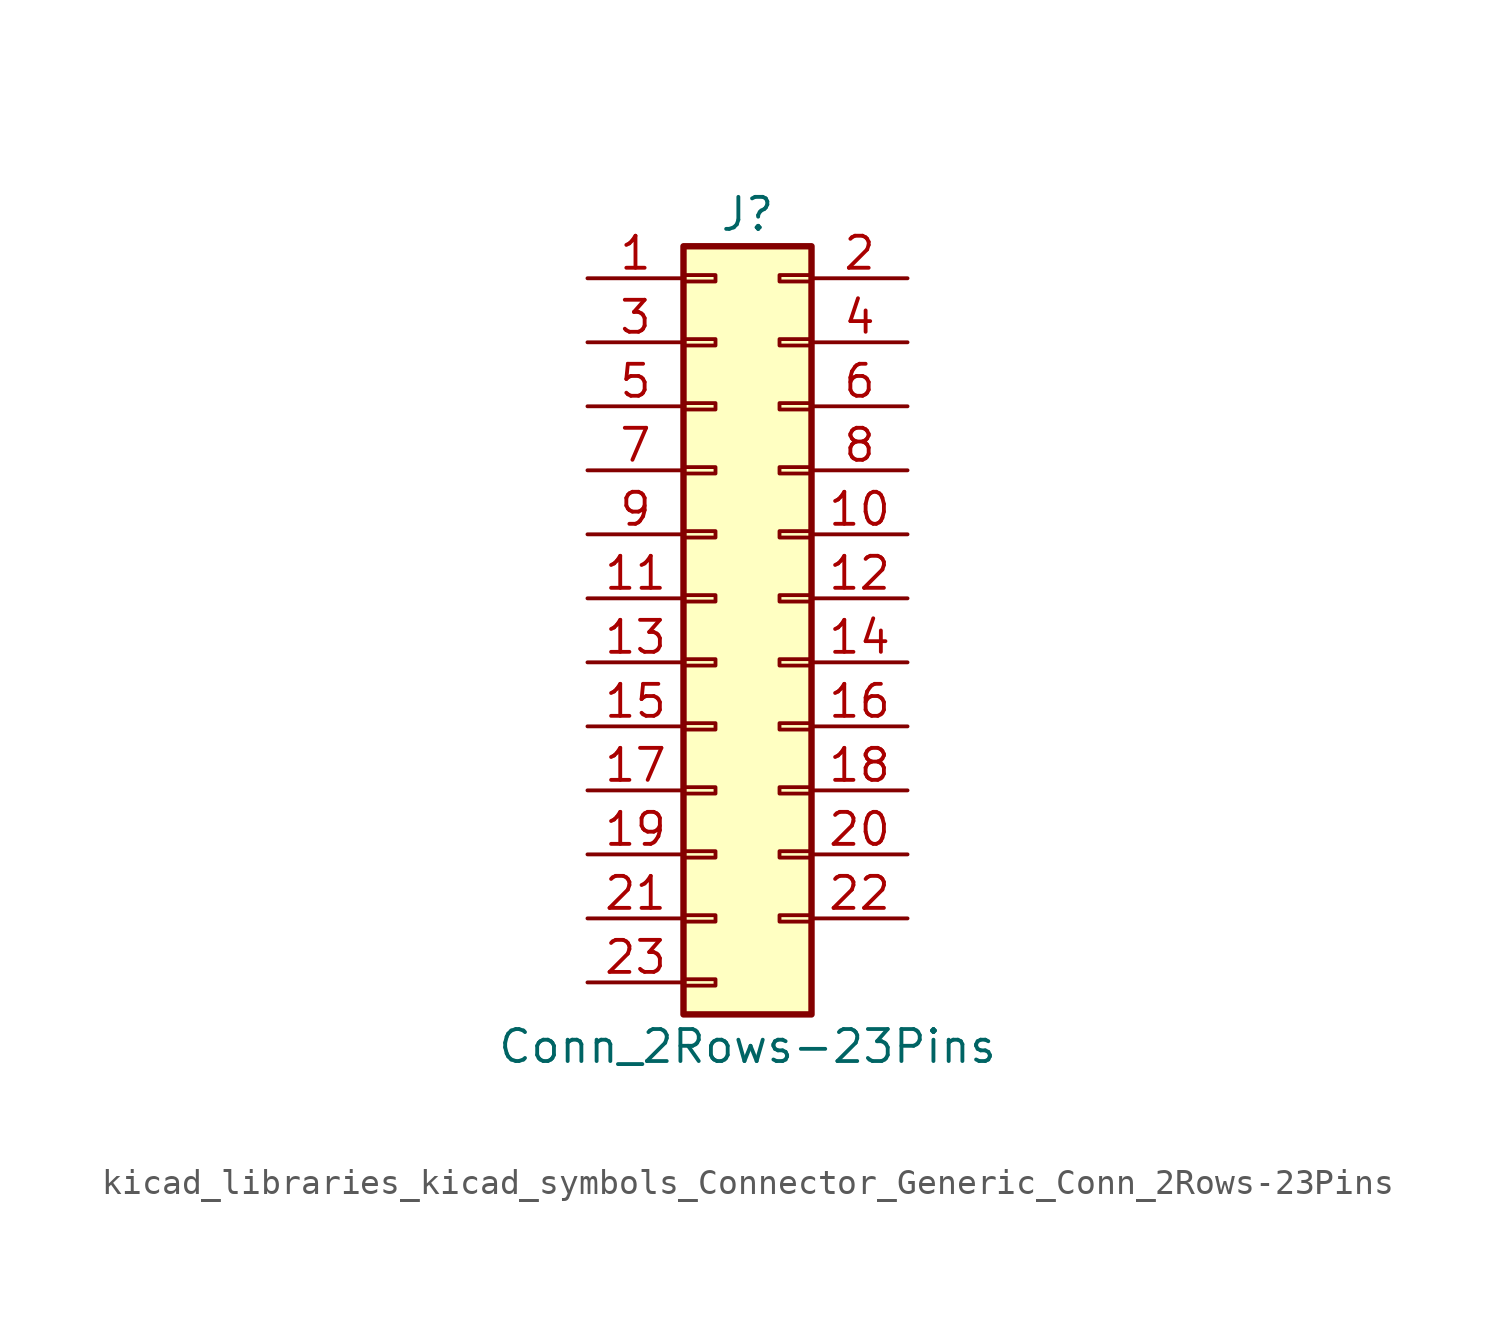
<source format=kicad_sym>
(kicad_symbol_lib
  (version 20220914)
  (generator kicad_symbol_editor)
  (symbol "kicad_libraries_kicad_symbols_Connector_Generic_Conn_2Rows-23Pins"
    (pin_names
      (offset 1.016) hide)
    (property "Reference" "J"
      (at 1.27 15.24 0)
      (effects (font (size 1.27 1.27))))
    (property "Value" "Conn_2Rows-23Pins"
      (at 1.27 -17.78 0)
      (effects (font (size 1.27 1.27))))
    (symbol "kicad_libraries_kicad_symbols_Connector_Generic_Conn_2Rows-23Pins_1_1"
      (rectangle (start -1.27 -15.113) (end 0 -15.367) (stroke (width 0.152) (type default)) (fill (type none)))
      (rectangle (start -1.27 -12.573) (end 0 -12.827) (stroke (width 0.152) (type default)) (fill (type none)))
      (rectangle (start -1.27 -10.033) (end 0 -10.287) (stroke (width 0.152) (type default)) (fill (type none)))
      (rectangle (start -1.27 -7.493) (end 0 -7.747) (stroke (width 0.152) (type default)) (fill (type none)))
      (rectangle (start -1.27 -4.953) (end 0 -5.207) (stroke (width 0.152) (type default)) (fill (type none)))
      (rectangle (start -1.27 -2.413) (end 0 -2.667) (stroke (width 0.152) (type default)) (fill (type none)))
      (rectangle (start -1.27 0.127) (end 0 -0.127) (stroke (width 0.152) (type default)) (fill (type none)))
      (rectangle (start -1.27 2.667) (end 0 2.413) (stroke (width 0.152) (type default)) (fill (type none)))
      (rectangle (start -1.27 5.207) (end 0 4.953) (stroke (width 0.152) (type default)) (fill (type none)))
      (rectangle (start -1.27 7.747) (end 0 7.493) (stroke (width 0.152) (type default)) (fill (type none)))
      (rectangle (start -1.27 10.287) (end 0 10.033) (stroke (width 0.152) (type default)) (fill (type none)))
      (rectangle (start -1.27 12.827) (end 0 12.573) (stroke (width 0.152) (type default)) (fill (type none)))
      (rectangle (start -1.27 13.97) (end 3.81 -16.51) (stroke (width 0.254) (type default)) (fill (type background)))
      (rectangle (start 3.81 -12.573) (end 2.54 -12.827) (stroke (width 0.152) (type default)) (fill (type none)))
      (rectangle (start 3.81 -10.033) (end 2.54 -10.287) (stroke (width 0.152) (type default)) (fill (type none)))
      (rectangle (start 3.81 -7.493) (end 2.54 -7.747) (stroke (width 0.152) (type default)) (fill (type none)))
      (rectangle (start 3.81 -4.953) (end 2.54 -5.207) (stroke (width 0.152) (type default)) (fill (type none)))
      (rectangle (start 3.81 -2.413) (end 2.54 -2.667) (stroke (width 0.152) (type default)) (fill (type none)))
      (rectangle (start 3.81 0.127) (end 2.54 -0.127) (stroke (width 0.152) (type default)) (fill (type none)))
      (rectangle (start 3.81 2.667) (end 2.54 2.413) (stroke (width 0.152) (type default)) (fill (type none)))
      (rectangle (start 3.81 5.207) (end 2.54 4.953) (stroke (width 0.152) (type default)) (fill (type none)))
      (rectangle (start 3.81 7.747) (end 2.54 7.493) (stroke (width 0.152) (type default)) (fill (type none)))
      (rectangle (start 3.81 10.287) (end 2.54 10.033) (stroke (width 0.152) (type default)) (fill (type none)))
      (rectangle (start 3.81 12.827) (end 2.54 12.573) (stroke (width 0.152) (type default)) (fill (type none)))
      (pin passive line (at -5.08 12.7 0) (length 3.81) (name "Pin_1" (effects (font (size 1.27 1.27)))) (number "1" (effects (font (size 1.27 1.27)))))
      (pin passive line (at 7.62 2.54 180) (length 3.81) (name "Pin_10" (effects (font (size 1.27 1.27)))) (number "10" (effects (font (size 1.27 1.27)))))
      (pin passive line (at -5.08 0 0) (length 3.81) (name "Pin_11" (effects (font (size 1.27 1.27)))) (number "11" (effects (font (size 1.27 1.27)))))
      (pin passive line (at 7.62 0 180) (length 3.81) (name "Pin_12" (effects (font (size 1.27 1.27)))) (number "12" (effects (font (size 1.27 1.27)))))
      (pin passive line (at -5.08 -2.54 0) (length 3.81) (name "Pin_13" (effects (font (size 1.27 1.27)))) (number "13" (effects (font (size 1.27 1.27)))))
      (pin passive line (at 7.62 -2.54 180) (length 3.81) (name "Pin_14" (effects (font (size 1.27 1.27)))) (number "14" (effects (font (size 1.27 1.27)))))
      (pin passive line (at -5.08 -5.08 0) (length 3.81) (name "Pin_15" (effects (font (size 1.27 1.27)))) (number "15" (effects (font (size 1.27 1.27)))))
      (pin passive line (at 7.62 -5.08 180) (length 3.81) (name "Pin_16" (effects (font (size 1.27 1.27)))) (number "16" (effects (font (size 1.27 1.27)))))
      (pin passive line (at -5.08 -7.62 0) (length 3.81) (name "Pin_17" (effects (font (size 1.27 1.27)))) (number "17" (effects (font (size 1.27 1.27)))))
      (pin passive line (at 7.62 -7.62 180) (length 3.81) (name "Pin_18" (effects (font (size 1.27 1.27)))) (number "18" (effects (font (size 1.27 1.27)))))
      (pin passive line (at -5.08 -10.16 0) (length 3.81) (name "Pin_19" (effects (font (size 1.27 1.27)))) (number "19" (effects (font (size 1.27 1.27)))))
      (pin passive line (at 7.62 12.7 180) (length 3.81) (name "Pin_2" (effects (font (size 1.27 1.27)))) (number "2" (effects (font (size 1.27 1.27)))))
      (pin passive line (at 7.62 -10.16 180) (length 3.81) (name "Pin_20" (effects (font (size 1.27 1.27)))) (number "20" (effects (font (size 1.27 1.27)))))
      (pin passive line (at -5.08 -12.7 0) (length 3.81) (name "Pin_21" (effects (font (size 1.27 1.27)))) (number "21" (effects (font (size 1.27 1.27)))))
      (pin passive line (at 7.62 -12.7 180) (length 3.81) (name "Pin_22" (effects (font (size 1.27 1.27)))) (number "22" (effects (font (size 1.27 1.27)))))
      (pin passive line (at -5.08 -15.24 0) (length 3.81) (name "Pin_23" (effects (font (size 1.27 1.27)))) (number "23" (effects (font (size 1.27 1.27)))))
      (pin passive line (at -5.08 10.16 0) (length 3.81) (name "Pin_3" (effects (font (size 1.27 1.27)))) (number "3" (effects (font (size 1.27 1.27)))))
      (pin passive line (at 7.62 10.16 180) (length 3.81) (name "Pin_4" (effects (font (size 1.27 1.27)))) (number "4" (effects (font (size 1.27 1.27)))))
      (pin passive line (at -5.08 7.62 0) (length 3.81) (name "Pin_5" (effects (font (size 1.27 1.27)))) (number "5" (effects (font (size 1.27 1.27)))))
      (pin passive line (at 7.62 7.62 180) (length 3.81) (name "Pin_6" (effects (font (size 1.27 1.27)))) (number "6" (effects (font (size 1.27 1.27)))))
      (pin passive line (at -5.08 5.08 0) (length 3.81) (name "Pin_7" (effects (font (size 1.27 1.27)))) (number "7" (effects (font (size 1.27 1.27)))))
      (pin passive line (at 7.62 5.08 180) (length 3.81) (name "Pin_8" (effects (font (size 1.27 1.27)))) (number "8" (effects (font (size 1.27 1.27)))))
      (pin passive line (at -5.08 2.54 0) (length 3.81) (name "Pin_9" (effects (font (size 1.27 1.27)))) (number "9" (effects (font (size 1.27 1.27))))))))
</source>
